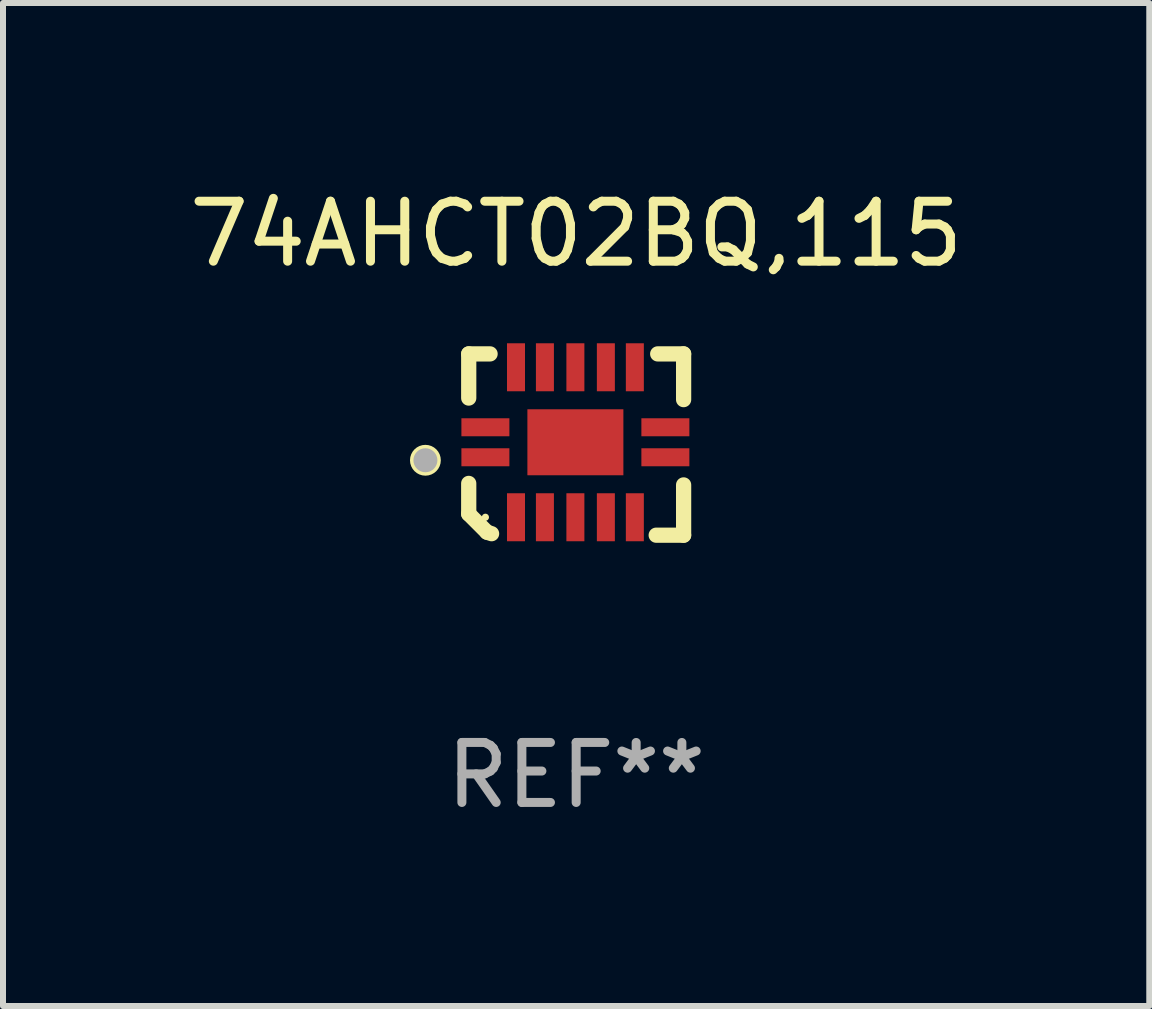
<source format=kicad_pcb>
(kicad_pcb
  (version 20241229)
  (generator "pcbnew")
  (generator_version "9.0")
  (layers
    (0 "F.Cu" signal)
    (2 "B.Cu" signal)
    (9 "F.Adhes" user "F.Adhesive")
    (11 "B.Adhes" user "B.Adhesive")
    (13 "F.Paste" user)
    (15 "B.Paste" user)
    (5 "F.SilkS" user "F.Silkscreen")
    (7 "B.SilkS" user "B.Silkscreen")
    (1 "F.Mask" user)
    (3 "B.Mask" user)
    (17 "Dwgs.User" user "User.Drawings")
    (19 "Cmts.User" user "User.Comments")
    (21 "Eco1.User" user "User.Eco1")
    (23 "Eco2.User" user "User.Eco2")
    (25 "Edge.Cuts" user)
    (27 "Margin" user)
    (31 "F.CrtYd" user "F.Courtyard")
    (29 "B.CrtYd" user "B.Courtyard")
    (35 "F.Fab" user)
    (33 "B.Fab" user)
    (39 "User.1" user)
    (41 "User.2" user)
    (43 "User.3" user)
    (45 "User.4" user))
  (footprint "74AHCT02BQ,115"
    (layer "F.Cu")
    (at 6.554 4.36)
    (property "Reference" "74AHCT02BQ,115" (at 0 -3.511 0) (layer "F.SilkS") (effects (font (size 1 1) (thickness 0.15))))
    (attr through_hole)
    (fp_line (start -1.791 -1.511) (end -1.435 -1.511) (stroke (width 0.254) (type solid)) (layer "F.SilkS"))
    (fp_line (start -1.791 -0.775) (end -1.791 -1.511) (stroke (width 0.254) (type solid)) (layer "F.SilkS"))
    (fp_line (start -1.791 1.156) (end -1.791 0.648) (stroke (width 0.254) (type solid)) (layer "F.SilkS"))
    (fp_line (start -1.486 1.461) (end -1.791 1.156) (stroke (width 0.254) (type solid)) (layer "F.SilkS"))
    (fp_line (start -1.41 1.486) (end -1.486 1.461) (stroke (width 0.254) (type solid)) (layer "F.SilkS"))
    (fp_line (start 1.334 1.511) (end 1.791 1.511) (stroke (width 0.254) (type solid)) (layer "F.SilkS"))
    (fp_line (start 1.791 -1.511) (end 1.359 -1.511) (stroke (width 0.254) (type solid)) (layer "F.SilkS"))
    (fp_line (start 1.791 -0.749) (end 1.791 -1.511) (stroke (width 0.254) (type solid)) (layer "F.SilkS"))
    (fp_line (start 1.791 1.511) (end 1.791 0.673) (stroke (width 0.254) (type solid)) (layer "F.SilkS"))
    (fp_circle (center -2.513 0.262) (end -2.383 0.262) (stroke (width 0.254) (type solid)) (fill no) (layer "F.SilkS"))
    (fp_circle (center -1.513 1.212) (end -1.483 1.212) (stroke (width 0.06) (type solid)) (fill no) (layer "F.SilkS"))
    (fp_circle (center -2.513 0.262) (end -2.413 0.262) (stroke (width 0.2) (type solid)) (fill no) (layer "F.Fab"))
    (fp_text user "REF**" (at 0 5.511 0) (layer "F.Fab") (effects (font (size 1 1) (thickness 0.15))))
    (pad "1" smd rect (at -1.513 0.212) (size 0.8 0.3) (layers "F.Cu" "F.Mask" "F.Paste"))
    (pad "2" smd rect (at -1.003 1.212) (size 0.3 0.8) (layers "F.Cu" "F.Mask" "F.Paste"))
    (pad "3" smd rect (at -0.521 1.212) (size 0.3 0.8) (layers "F.Cu" "F.Mask" "F.Paste"))
    (pad "4" smd rect (at -0.013 1.212) (size 0.3 0.8) (layers "F.Cu" "F.Mask" "F.Paste"))
    (pad "5" smd rect (at 0.495 1.212) (size 0.3 0.8) (layers "F.Cu" "F.Mask" "F.Paste"))
    (pad "6" smd rect (at 0.978 1.212) (size 0.3 0.8) (layers "F.Cu" "F.Mask" "F.Paste"))
    (pad "7" smd rect (at 1.487 0.212) (size 0.8 0.3) (layers "F.Cu" "F.Mask" "F.Paste"))
    (pad "8" smd rect (at 1.487 -0.288) (size 0.8 0.3) (layers "F.Cu" "F.Mask" "F.Paste"))
    (pad "9" smd rect (at 0.978 -1.288) (size 0.3 0.8) (layers "F.Cu" "F.Mask" "F.Paste"))
    (pad "10" smd rect (at 0.495 -1.288) (size 0.3 0.8) (layers "F.Cu" "F.Mask" "F.Paste"))
    (pad "11" smd rect (at -0.013 -1.288) (size 0.3 0.8) (layers "F.Cu" "F.Mask" "F.Paste"))
    (pad "12" smd rect (at -0.521 -1.288) (size 0.3 0.8) (layers "F.Cu" "F.Mask" "F.Paste"))
    (pad "13" smd rect (at -1.003 -1.288) (size 0.3 0.8) (layers "F.Cu" "F.Mask" "F.Paste"))
    (pad "14" smd rect (at -1.513 -0.288) (size 0.8 0.3) (layers "F.Cu" "F.Mask" "F.Paste"))
    (pad "15" smd rect (at -0.013 -0.038 90) (size 1.1 1.6) (layers "F.Cu" "F.Mask" "F.Paste")))
  (gr_rect
    (start -3 -3)
    (end 16.107 13.719)
    (stroke (width 0.1) (type default))
    (fill no)
    (layer "Edge.Cuts")))
</source>
